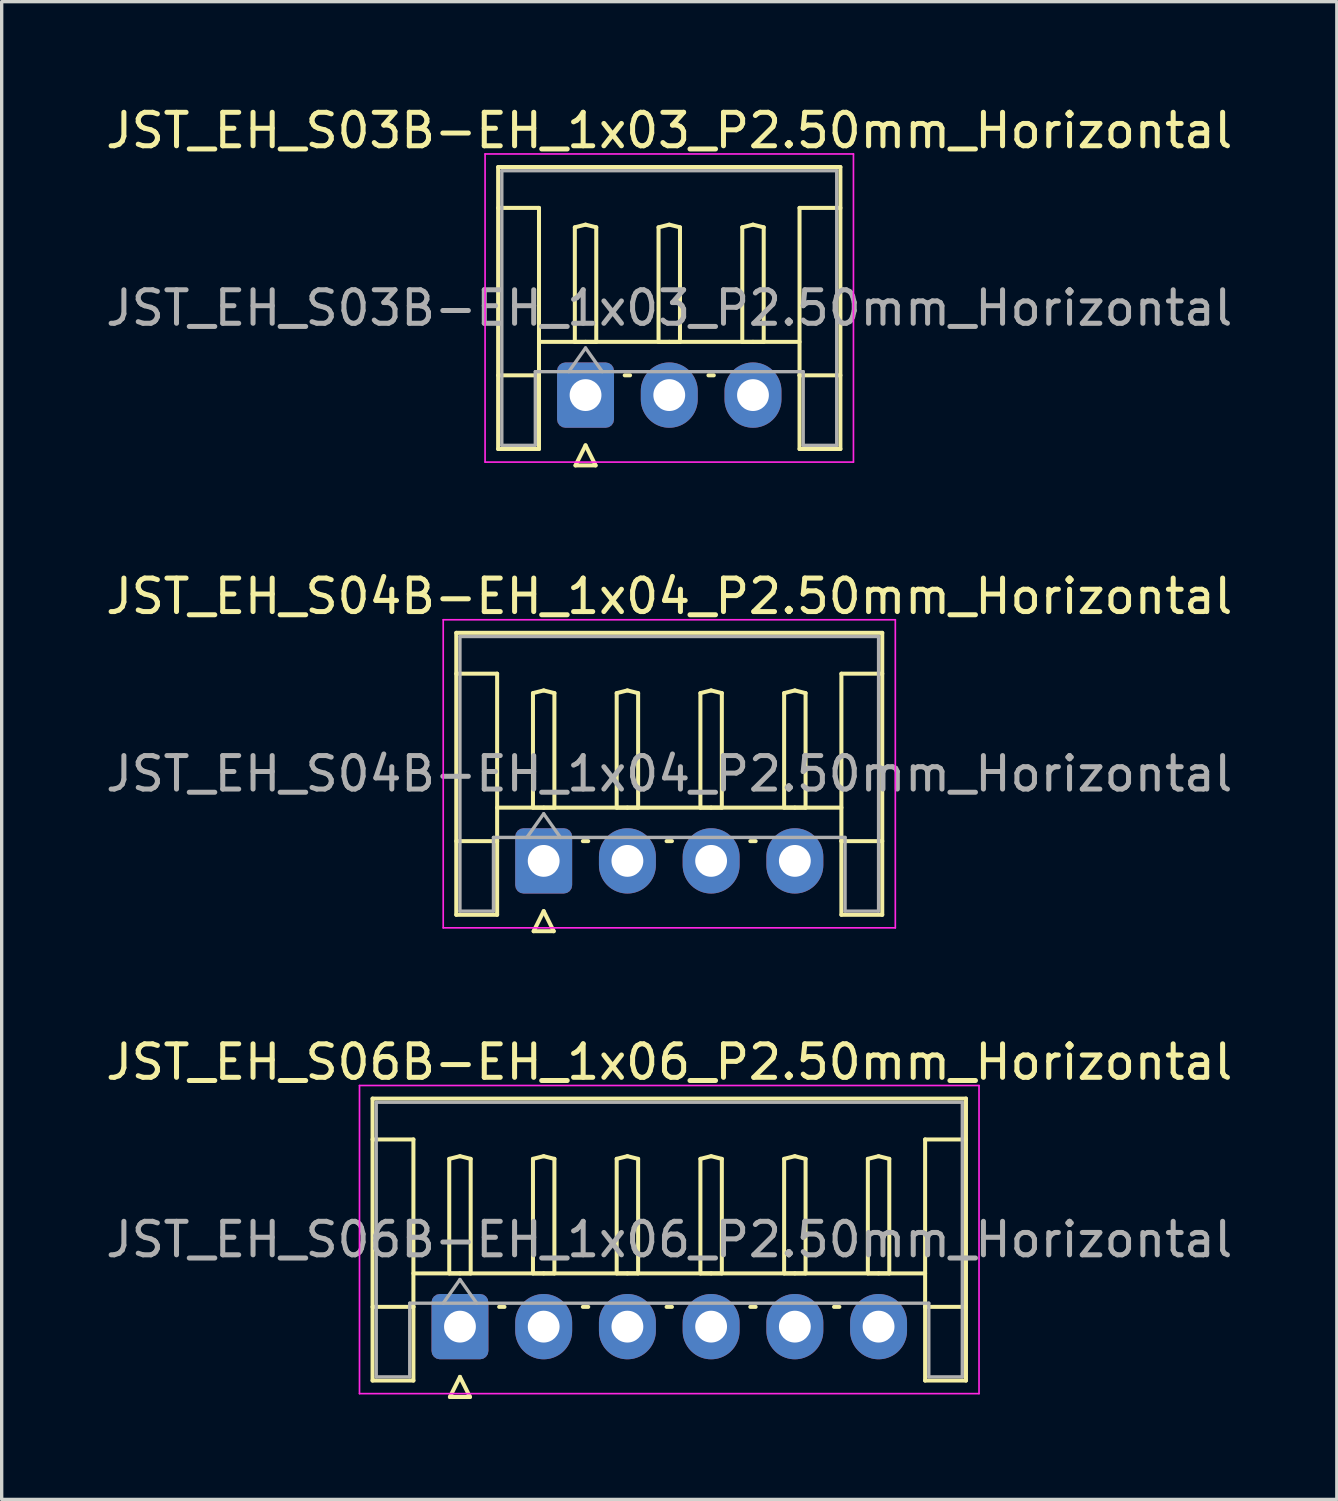
<source format=kicad_pcb>
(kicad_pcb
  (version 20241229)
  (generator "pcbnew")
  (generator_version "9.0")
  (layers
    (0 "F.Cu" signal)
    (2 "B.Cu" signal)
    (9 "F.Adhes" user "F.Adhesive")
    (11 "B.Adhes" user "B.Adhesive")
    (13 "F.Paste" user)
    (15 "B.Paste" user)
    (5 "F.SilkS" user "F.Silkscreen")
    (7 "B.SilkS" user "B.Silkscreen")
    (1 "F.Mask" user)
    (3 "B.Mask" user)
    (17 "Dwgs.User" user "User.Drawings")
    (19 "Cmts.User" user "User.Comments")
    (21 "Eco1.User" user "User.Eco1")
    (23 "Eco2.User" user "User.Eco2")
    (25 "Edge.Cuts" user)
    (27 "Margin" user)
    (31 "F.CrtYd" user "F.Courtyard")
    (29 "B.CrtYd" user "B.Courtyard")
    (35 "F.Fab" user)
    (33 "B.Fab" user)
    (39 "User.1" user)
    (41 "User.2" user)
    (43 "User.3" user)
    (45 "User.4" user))
  (footprint "JST_EH_S04B-EH_1x04_P2.50mm_Horizontal"
    (layer "F.Cu")
    (at 13.185 22.657)
    (property "Reference" "JST_EH_S04B-EH_1x04_P2.50mm_Horizontal" (at 3.75 -7.9 0) (layer "F.SilkS") (effects (font (size 1 1) (thickness 0.15))))
    (attr through_hole)
    (fp_line (start -2.61 -6.81) (end 10.11 -6.81) (stroke (width 0.12) (type solid)) (layer "F.SilkS"))
    (fp_line (start -2.61 -5.59) (end -1.39 -5.59) (stroke (width 0.12) (type solid)) (layer "F.SilkS"))
    (fp_line (start -2.61 1.61) (end -2.61 -6.81) (stroke (width 0.12) (type solid)) (layer "F.SilkS"))
    (fp_line (start -1.39 -5.59) (end -1.39 -0.59) (stroke (width 0.12) (type solid)) (layer "F.SilkS"))
    (fp_line (start -1.39 -1.59) (end 8.89 -1.59) (stroke (width 0.12) (type solid)) (layer "F.SilkS"))
    (fp_line (start -1.39 -0.59) (end -2.61 -0.59) (stroke (width 0.12) (type solid)) (layer "F.SilkS"))
    (fp_line (start -1.39 -0.59) (end -1.39 1.61) (stroke (width 0.12) (type solid)) (layer "F.SilkS"))
    (fp_line (start -1.39 1.61) (end -2.61 1.61) (stroke (width 0.12) (type solid)) (layer "F.SilkS"))
    (fp_line (start -0.32 -5.01) (end 0 -5.09) (stroke (width 0.12) (type solid)) (layer "F.SilkS"))
    (fp_line (start -0.32 -1.59) (end -0.32 -5.01) (stroke (width 0.12) (type solid)) (layer "F.SilkS"))
    (fp_line (start -0.3 2.1) (end 0.3 2.1) (stroke (width 0.12) (type solid)) (layer "F.SilkS"))
    (fp_line (start 0 -5.09) (end 0.32 -5.01) (stroke (width 0.12) (type solid)) (layer "F.SilkS"))
    (fp_line (start 0 -1.59) (end -0.32 -1.59) (stroke (width 0.12) (type solid)) (layer "F.SilkS"))
    (fp_line (start 0 1.5) (end -0.3 2.1) (stroke (width 0.12) (type solid)) (layer "F.SilkS"))
    (fp_line (start 0.3 2.1) (end 0 1.5) (stroke (width 0.12) (type solid)) (layer "F.SilkS"))
    (fp_line (start 0.32 -5.01) (end 0.32 -1.59) (stroke (width 0.12) (type solid)) (layer "F.SilkS"))
    (fp_line (start 0.32 -1.59) (end 0 -1.59) (stroke (width 0.12) (type solid)) (layer "F.SilkS"))
    (fp_line (start 1.17 -0.59) (end 1.33 -0.59) (stroke (width 0.12) (type solid)) (layer "F.SilkS"))
    (fp_line (start 2.18 -5.01) (end 2.5 -5.09) (stroke (width 0.12) (type solid)) (layer "F.SilkS"))
    (fp_line (start 2.18 -1.59) (end 2.18 -5.01) (stroke (width 0.12) (type solid)) (layer "F.SilkS"))
    (fp_line (start 2.5 -5.09) (end 2.82 -5.01) (stroke (width 0.12) (type solid)) (layer "F.SilkS"))
    (fp_line (start 2.5 -1.59) (end 2.18 -1.59) (stroke (width 0.12) (type solid)) (layer "F.SilkS"))
    (fp_line (start 2.82 -5.01) (end 2.82 -1.59) (stroke (width 0.12) (type solid)) (layer "F.SilkS"))
    (fp_line (start 2.82 -1.59) (end 2.5 -1.59) (stroke (width 0.12) (type solid)) (layer "F.SilkS"))
    (fp_line (start 3.67 -0.59) (end 3.83 -0.59) (stroke (width 0.12) (type solid)) (layer "F.SilkS"))
    (fp_line (start 4.68 -5.01) (end 5 -5.09) (stroke (width 0.12) (type solid)) (layer "F.SilkS"))
    (fp_line (start 4.68 -1.59) (end 4.68 -5.01) (stroke (width 0.12) (type solid)) (layer "F.SilkS"))
    (fp_line (start 5 -5.09) (end 5.32 -5.01) (stroke (width 0.12) (type solid)) (layer "F.SilkS"))
    (fp_line (start 5 -1.59) (end 4.68 -1.59) (stroke (width 0.12) (type solid)) (layer "F.SilkS"))
    (fp_line (start 5.32 -5.01) (end 5.32 -1.59) (stroke (width 0.12) (type solid)) (layer "F.SilkS"))
    (fp_line (start 5.32 -1.59) (end 5 -1.59) (stroke (width 0.12) (type solid)) (layer "F.SilkS"))
    (fp_line (start 6.17 -0.59) (end 6.33 -0.59) (stroke (width 0.12) (type solid)) (layer "F.SilkS"))
    (fp_line (start 7.18 -5.01) (end 7.5 -5.09) (stroke (width 0.12) (type solid)) (layer "F.SilkS"))
    (fp_line (start 7.18 -1.59) (end 7.18 -5.01) (stroke (width 0.12) (type solid)) (layer "F.SilkS"))
    (fp_line (start 7.5 -5.09) (end 7.82 -5.01) (stroke (width 0.12) (type solid)) (layer "F.SilkS"))
    (fp_line (start 7.5 -1.59) (end 7.18 -1.59) (stroke (width 0.12) (type solid)) (layer "F.SilkS"))
    (fp_line (start 7.82 -5.01) (end 7.82 -1.59) (stroke (width 0.12) (type solid)) (layer "F.SilkS"))
    (fp_line (start 7.82 -1.59) (end 7.5 -1.59) (stroke (width 0.12) (type solid)) (layer "F.SilkS"))
    (fp_line (start 8.89 -5.59) (end 8.89 -0.59) (stroke (width 0.12) (type solid)) (layer "F.SilkS"))
    (fp_line (start 8.89 -0.59) (end 10.11 -0.59) (stroke (width 0.12) (type solid)) (layer "F.SilkS"))
    (fp_line (start 8.89 1.61) (end 8.89 -0.59) (stroke (width 0.12) (type solid)) (layer "F.SilkS"))
    (fp_line (start 10.11 -6.81) (end 10.11 1.61) (stroke (width 0.12) (type solid)) (layer "F.SilkS"))
    (fp_line (start 10.11 -5.59) (end 8.89 -5.59) (stroke (width 0.12) (type solid)) (layer "F.SilkS"))
    (fp_line (start 10.11 1.61) (end 8.89 1.61) (stroke (width 0.12) (type solid)) (layer "F.SilkS"))
    (fp_line (start -3 -7.2) (end -3 2) (stroke (width 0.05) (type solid)) (layer "F.CrtYd"))
    (fp_line (start -3 2) (end 10.5 2) (stroke (width 0.05) (type solid)) (layer "F.CrtYd"))
    (fp_line (start 10.5 -7.2) (end -3 -7.2) (stroke (width 0.05) (type solid)) (layer "F.CrtYd"))
    (fp_line (start 10.5 2) (end 10.5 -7.2) (stroke (width 0.05) (type solid)) (layer "F.CrtYd"))
    (fp_line (start -2.5 -6.7) (end 10 -6.7) (stroke (width 0.1) (type solid)) (layer "F.Fab"))
    (fp_line (start -2.5 1.5) (end -2.5 -6.7) (stroke (width 0.1) (type solid)) (layer "F.Fab"))
    (fp_line (start -1.5 -0.7) (end -1.5 1.5) (stroke (width 0.1) (type solid)) (layer "F.Fab"))
    (fp_line (start -1.5 1.5) (end -2.5 1.5) (stroke (width 0.1) (type solid)) (layer "F.Fab"))
    (fp_line (start -0.5 -0.7) (end 0 -1.407) (stroke (width 0.1) (type solid)) (layer "F.Fab"))
    (fp_line (start 0 -1.407) (end 0.5 -0.7) (stroke (width 0.1) (type solid)) (layer "F.Fab"))
    (fp_line (start 9 -0.7) (end -1.5 -0.7) (stroke (width 0.1) (type solid)) (layer "F.Fab"))
    (fp_line (start 9 1.5) (end 9 -0.7) (stroke (width 0.1) (type solid)) (layer "F.Fab"))
    (fp_line (start 10 -6.7) (end 10 1.5) (stroke (width 0.1) (type solid)) (layer "F.Fab"))
    (fp_line (start 10 1.5) (end 9 1.5) (stroke (width 0.1) (type solid)) (layer "F.Fab"))
    (fp_text user "${REFERENCE}" (at 3.75 -2.6 0) (layer "F.Fab") (effects (font (size 1 1) (thickness 0.15))))
    (pad "1" thru_hole roundrect (at 0 0) (size 1.7 1.95) (drill 0.95) (layers "*.Cu" "*.Mask") (roundrect_rratio 0.147))
    (pad "2" thru_hole oval (at 2.5 0) (size 1.7 1.95) (drill 0.95) (layers "*.Cu" "*.Mask"))
    (pad "3" thru_hole oval (at 5 0) (size 1.7 1.95) (drill 0.95) (layers "*.Cu" "*.Mask"))
    (pad "4" thru_hole oval (at 7.5 0) (size 1.7 1.95) (drill 0.95) (layers "*.Cu" "*.Mask")))
  (footprint "JST_EH_S06B-EH_1x06_P2.50mm_Horizontal"
    (layer "F.Cu")
    (at 10.685 36.565)
    (property "Reference" "JST_EH_S06B-EH_1x06_P2.50mm_Horizontal" (at 6.25 -7.9 0) (layer "F.SilkS") (effects (font (size 1 1) (thickness 0.15))))
    (attr through_hole)
    (fp_line (start -2.61 -6.81) (end 15.11 -6.81) (stroke (width 0.12) (type solid)) (layer "F.SilkS"))
    (fp_line (start -2.61 -5.59) (end -1.39 -5.59) (stroke (width 0.12) (type solid)) (layer "F.SilkS"))
    (fp_line (start -2.61 1.61) (end -2.61 -6.81) (stroke (width 0.12) (type solid)) (layer "F.SilkS"))
    (fp_line (start -1.39 -5.59) (end -1.39 -0.59) (stroke (width 0.12) (type solid)) (layer "F.SilkS"))
    (fp_line (start -1.39 -1.59) (end 13.89 -1.59) (stroke (width 0.12) (type solid)) (layer "F.SilkS"))
    (fp_line (start -1.39 -0.59) (end -2.61 -0.59) (stroke (width 0.12) (type solid)) (layer "F.SilkS"))
    (fp_line (start -1.39 -0.59) (end -1.39 1.61) (stroke (width 0.12) (type solid)) (layer "F.SilkS"))
    (fp_line (start -1.39 1.61) (end -2.61 1.61) (stroke (width 0.12) (type solid)) (layer "F.SilkS"))
    (fp_line (start -0.32 -5.01) (end 0 -5.09) (stroke (width 0.12) (type solid)) (layer "F.SilkS"))
    (fp_line (start -0.32 -1.59) (end -0.32 -5.01) (stroke (width 0.12) (type solid)) (layer "F.SilkS"))
    (fp_line (start -0.3 2.1) (end 0.3 2.1) (stroke (width 0.12) (type solid)) (layer "F.SilkS"))
    (fp_line (start 0 -5.09) (end 0.32 -5.01) (stroke (width 0.12) (type solid)) (layer "F.SilkS"))
    (fp_line (start 0 -1.59) (end -0.32 -1.59) (stroke (width 0.12) (type solid)) (layer "F.SilkS"))
    (fp_line (start 0 1.5) (end -0.3 2.1) (stroke (width 0.12) (type solid)) (layer "F.SilkS"))
    (fp_line (start 0.3 2.1) (end 0 1.5) (stroke (width 0.12) (type solid)) (layer "F.SilkS"))
    (fp_line (start 0.32 -5.01) (end 0.32 -1.59) (stroke (width 0.12) (type solid)) (layer "F.SilkS"))
    (fp_line (start 0.32 -1.59) (end 0 -1.59) (stroke (width 0.12) (type solid)) (layer "F.SilkS"))
    (fp_line (start 1.17 -0.59) (end 1.33 -0.59) (stroke (width 0.12) (type solid)) (layer "F.SilkS"))
    (fp_line (start 2.18 -5.01) (end 2.5 -5.09) (stroke (width 0.12) (type solid)) (layer "F.SilkS"))
    (fp_line (start 2.18 -1.59) (end 2.18 -5.01) (stroke (width 0.12) (type solid)) (layer "F.SilkS"))
    (fp_line (start 2.5 -5.09) (end 2.82 -5.01) (stroke (width 0.12) (type solid)) (layer "F.SilkS"))
    (fp_line (start 2.5 -1.59) (end 2.18 -1.59) (stroke (width 0.12) (type solid)) (layer "F.SilkS"))
    (fp_line (start 2.82 -5.01) (end 2.82 -1.59) (stroke (width 0.12) (type solid)) (layer "F.SilkS"))
    (fp_line (start 2.82 -1.59) (end 2.5 -1.59) (stroke (width 0.12) (type solid)) (layer "F.SilkS"))
    (fp_line (start 3.67 -0.59) (end 3.83 -0.59) (stroke (width 0.12) (type solid)) (layer "F.SilkS"))
    (fp_line (start 4.68 -5.01) (end 5 -5.09) (stroke (width 0.12) (type solid)) (layer "F.SilkS"))
    (fp_line (start 4.68 -1.59) (end 4.68 -5.01) (stroke (width 0.12) (type solid)) (layer "F.SilkS"))
    (fp_line (start 5 -5.09) (end 5.32 -5.01) (stroke (width 0.12) (type solid)) (layer "F.SilkS"))
    (fp_line (start 5 -1.59) (end 4.68 -1.59) (stroke (width 0.12) (type solid)) (layer "F.SilkS"))
    (fp_line (start 5.32 -5.01) (end 5.32 -1.59) (stroke (width 0.12) (type solid)) (layer "F.SilkS"))
    (fp_line (start 5.32 -1.59) (end 5 -1.59) (stroke (width 0.12) (type solid)) (layer "F.SilkS"))
    (fp_line (start 6.17 -0.59) (end 6.33 -0.59) (stroke (width 0.12) (type solid)) (layer "F.SilkS"))
    (fp_line (start 7.18 -5.01) (end 7.5 -5.09) (stroke (width 0.12) (type solid)) (layer "F.SilkS"))
    (fp_line (start 7.18 -1.59) (end 7.18 -5.01) (stroke (width 0.12) (type solid)) (layer "F.SilkS"))
    (fp_line (start 7.5 -5.09) (end 7.82 -5.01) (stroke (width 0.12) (type solid)) (layer "F.SilkS"))
    (fp_line (start 7.5 -1.59) (end 7.18 -1.59) (stroke (width 0.12) (type solid)) (layer "F.SilkS"))
    (fp_line (start 7.82 -5.01) (end 7.82 -1.59) (stroke (width 0.12) (type solid)) (layer "F.SilkS"))
    (fp_line (start 7.82 -1.59) (end 7.5 -1.59) (stroke (width 0.12) (type solid)) (layer "F.SilkS"))
    (fp_line (start 8.67 -0.59) (end 8.83 -0.59) (stroke (width 0.12) (type solid)) (layer "F.SilkS"))
    (fp_line (start 9.68 -5.01) (end 10 -5.09) (stroke (width 0.12) (type solid)) (layer "F.SilkS"))
    (fp_line (start 9.68 -1.59) (end 9.68 -5.01) (stroke (width 0.12) (type solid)) (layer "F.SilkS"))
    (fp_line (start 10 -5.09) (end 10.32 -5.01) (stroke (width 0.12) (type solid)) (layer "F.SilkS"))
    (fp_line (start 10 -1.59) (end 9.68 -1.59) (stroke (width 0.12) (type solid)) (layer "F.SilkS"))
    (fp_line (start 10.32 -5.01) (end 10.32 -1.59) (stroke (width 0.12) (type solid)) (layer "F.SilkS"))
    (fp_line (start 10.32 -1.59) (end 10 -1.59) (stroke (width 0.12) (type solid)) (layer "F.SilkS"))
    (fp_line (start 11.17 -0.59) (end 11.33 -0.59) (stroke (width 0.12) (type solid)) (layer "F.SilkS"))
    (fp_line (start 12.18 -5.01) (end 12.5 -5.09) (stroke (width 0.12) (type solid)) (layer "F.SilkS"))
    (fp_line (start 12.18 -1.59) (end 12.18 -5.01) (stroke (width 0.12) (type solid)) (layer "F.SilkS"))
    (fp_line (start 12.5 -5.09) (end 12.82 -5.01) (stroke (width 0.12) (type solid)) (layer "F.SilkS"))
    (fp_line (start 12.5 -1.59) (end 12.18 -1.59) (stroke (width 0.12) (type solid)) (layer "F.SilkS"))
    (fp_line (start 12.82 -5.01) (end 12.82 -1.59) (stroke (width 0.12) (type solid)) (layer "F.SilkS"))
    (fp_line (start 12.82 -1.59) (end 12.5 -1.59) (stroke (width 0.12) (type solid)) (layer "F.SilkS"))
    (fp_line (start 13.89 -5.59) (end 13.89 -0.59) (stroke (width 0.12) (type solid)) (layer "F.SilkS"))
    (fp_line (start 13.89 -0.59) (end 15.11 -0.59) (stroke (width 0.12) (type solid)) (layer "F.SilkS"))
    (fp_line (start 13.89 1.61) (end 13.89 -0.59) (stroke (width 0.12) (type solid)) (layer "F.SilkS"))
    (fp_line (start 15.11 -6.81) (end 15.11 1.61) (stroke (width 0.12) (type solid)) (layer "F.SilkS"))
    (fp_line (start 15.11 -5.59) (end 13.89 -5.59) (stroke (width 0.12) (type solid)) (layer "F.SilkS"))
    (fp_line (start 15.11 1.61) (end 13.89 1.61) (stroke (width 0.12) (type solid)) (layer "F.SilkS"))
    (fp_line (start -3 -7.2) (end -3 2) (stroke (width 0.05) (type solid)) (layer "F.CrtYd"))
    (fp_line (start -3 2) (end 15.5 2) (stroke (width 0.05) (type solid)) (layer "F.CrtYd"))
    (fp_line (start 15.5 -7.2) (end -3 -7.2) (stroke (width 0.05) (type solid)) (layer "F.CrtYd"))
    (fp_line (start 15.5 2) (end 15.5 -7.2) (stroke (width 0.05) (type solid)) (layer "F.CrtYd"))
    (fp_line (start -2.5 -6.7) (end 15 -6.7) (stroke (width 0.1) (type solid)) (layer "F.Fab"))
    (fp_line (start -2.5 1.5) (end -2.5 -6.7) (stroke (width 0.1) (type solid)) (layer "F.Fab"))
    (fp_line (start -1.5 -0.7) (end -1.5 1.5) (stroke (width 0.1) (type solid)) (layer "F.Fab"))
    (fp_line (start -1.5 1.5) (end -2.5 1.5) (stroke (width 0.1) (type solid)) (layer "F.Fab"))
    (fp_line (start -0.5 -0.7) (end 0 -1.407) (stroke (width 0.1) (type solid)) (layer "F.Fab"))
    (fp_line (start 0 -1.407) (end 0.5 -0.7) (stroke (width 0.1) (type solid)) (layer "F.Fab"))
    (fp_line (start 14 -0.7) (end -1.5 -0.7) (stroke (width 0.1) (type solid)) (layer "F.Fab"))
    (fp_line (start 14 1.5) (end 14 -0.7) (stroke (width 0.1) (type solid)) (layer "F.Fab"))
    (fp_line (start 15 -6.7) (end 15 1.5) (stroke (width 0.1) (type solid)) (layer "F.Fab"))
    (fp_line (start 15 1.5) (end 14 1.5) (stroke (width 0.1) (type solid)) (layer "F.Fab"))
    (fp_text user "${REFERENCE}" (at 6.25 -2.6 0) (layer "F.Fab") (effects (font (size 1 1) (thickness 0.15))))
    (pad "1" thru_hole roundrect (at 0 0) (size 1.7 1.95) (drill 0.95) (layers "*.Cu" "*.Mask") (roundrect_rratio 0.147))
    (pad "2" thru_hole oval (at 2.5 0) (size 1.7 1.95) (drill 0.95) (layers "*.Cu" "*.Mask"))
    (pad "3" thru_hole oval (at 5 0) (size 1.7 1.95) (drill 0.95) (layers "*.Cu" "*.Mask"))
    (pad "4" thru_hole oval (at 7.5 0) (size 1.7 1.95) (drill 0.95) (layers "*.Cu" "*.Mask"))
    (pad "5" thru_hole oval (at 10 0) (size 1.7 1.95) (drill 0.95) (layers "*.Cu" "*.Mask"))
    (pad "6" thru_hole oval (at 12.5 0) (size 1.7 1.95) (drill 0.95) (layers "*.Cu" "*.Mask")))
  (footprint "JST_EH_S03B-EH_1x03_P2.50mm_Horizontal"
    (layer "F.Cu")
    (at 14.435 8.748)
    (property "Reference" "JST_EH_S03B-EH_1x03_P2.50mm_Horizontal" (at 2.5 -7.9 0) (layer "F.SilkS") (effects (font (size 1 1) (thickness 0.15))))
    (attr through_hole)
    (fp_line (start -2.61 -6.81) (end 7.61 -6.81) (stroke (width 0.12) (type solid)) (layer "F.SilkS"))
    (fp_line (start -2.61 -5.59) (end -1.39 -5.59) (stroke (width 0.12) (type solid)) (layer "F.SilkS"))
    (fp_line (start -2.61 1.61) (end -2.61 -6.81) (stroke (width 0.12) (type solid)) (layer "F.SilkS"))
    (fp_line (start -1.39 -5.59) (end -1.39 -0.59) (stroke (width 0.12) (type solid)) (layer "F.SilkS"))
    (fp_line (start -1.39 -1.59) (end 6.39 -1.59) (stroke (width 0.12) (type solid)) (layer "F.SilkS"))
    (fp_line (start -1.39 -0.59) (end -2.61 -0.59) (stroke (width 0.12) (type solid)) (layer "F.SilkS"))
    (fp_line (start -1.39 -0.59) (end -1.39 1.61) (stroke (width 0.12) (type solid)) (layer "F.SilkS"))
    (fp_line (start -1.39 1.61) (end -2.61 1.61) (stroke (width 0.12) (type solid)) (layer "F.SilkS"))
    (fp_line (start -0.32 -5.01) (end 0 -5.09) (stroke (width 0.12) (type solid)) (layer "F.SilkS"))
    (fp_line (start -0.32 -1.59) (end -0.32 -5.01) (stroke (width 0.12) (type solid)) (layer "F.SilkS"))
    (fp_line (start -0.3 2.1) (end 0.3 2.1) (stroke (width 0.12) (type solid)) (layer "F.SilkS"))
    (fp_line (start 0 -5.09) (end 0.32 -5.01) (stroke (width 0.12) (type solid)) (layer "F.SilkS"))
    (fp_line (start 0 -1.59) (end -0.32 -1.59) (stroke (width 0.12) (type solid)) (layer "F.SilkS"))
    (fp_line (start 0 1.5) (end -0.3 2.1) (stroke (width 0.12) (type solid)) (layer "F.SilkS"))
    (fp_line (start 0.3 2.1) (end 0 1.5) (stroke (width 0.12) (type solid)) (layer "F.SilkS"))
    (fp_line (start 0.32 -5.01) (end 0.32 -1.59) (stroke (width 0.12) (type solid)) (layer "F.SilkS"))
    (fp_line (start 0.32 -1.59) (end 0 -1.59) (stroke (width 0.12) (type solid)) (layer "F.SilkS"))
    (fp_line (start 1.17 -0.59) (end 1.33 -0.59) (stroke (width 0.12) (type solid)) (layer "F.SilkS"))
    (fp_line (start 2.18 -5.01) (end 2.5 -5.09) (stroke (width 0.12) (type solid)) (layer "F.SilkS"))
    (fp_line (start 2.18 -1.59) (end 2.18 -5.01) (stroke (width 0.12) (type solid)) (layer "F.SilkS"))
    (fp_line (start 2.5 -5.09) (end 2.82 -5.01) (stroke (width 0.12) (type solid)) (layer "F.SilkS"))
    (fp_line (start 2.5 -1.59) (end 2.18 -1.59) (stroke (width 0.12) (type solid)) (layer "F.SilkS"))
    (fp_line (start 2.82 -5.01) (end 2.82 -1.59) (stroke (width 0.12) (type solid)) (layer "F.SilkS"))
    (fp_line (start 2.82 -1.59) (end 2.5 -1.59) (stroke (width 0.12) (type solid)) (layer "F.SilkS"))
    (fp_line (start 3.67 -0.59) (end 3.83 -0.59) (stroke (width 0.12) (type solid)) (layer "F.SilkS"))
    (fp_line (start 4.68 -5.01) (end 5 -5.09) (stroke (width 0.12) (type solid)) (layer "F.SilkS"))
    (fp_line (start 4.68 -1.59) (end 4.68 -5.01) (stroke (width 0.12) (type solid)) (layer "F.SilkS"))
    (fp_line (start 5 -5.09) (end 5.32 -5.01) (stroke (width 0.12) (type solid)) (layer "F.SilkS"))
    (fp_line (start 5 -1.59) (end 4.68 -1.59) (stroke (width 0.12) (type solid)) (layer "F.SilkS"))
    (fp_line (start 5.32 -5.01) (end 5.32 -1.59) (stroke (width 0.12) (type solid)) (layer "F.SilkS"))
    (fp_line (start 5.32 -1.59) (end 5 -1.59) (stroke (width 0.12) (type solid)) (layer "F.SilkS"))
    (fp_line (start 6.39 -5.59) (end 6.39 -0.59) (stroke (width 0.12) (type solid)) (layer "F.SilkS"))
    (fp_line (start 6.39 -0.59) (end 7.61 -0.59) (stroke (width 0.12) (type solid)) (layer "F.SilkS"))
    (fp_line (start 6.39 1.61) (end 6.39 -0.59) (stroke (width 0.12) (type solid)) (layer "F.SilkS"))
    (fp_line (start 7.61 -6.81) (end 7.61 1.61) (stroke (width 0.12) (type solid)) (layer "F.SilkS"))
    (fp_line (start 7.61 -5.59) (end 6.39 -5.59) (stroke (width 0.12) (type solid)) (layer "F.SilkS"))
    (fp_line (start 7.61 1.61) (end 6.39 1.61) (stroke (width 0.12) (type solid)) (layer "F.SilkS"))
    (fp_line (start -3 -7.2) (end -3 2) (stroke (width 0.05) (type solid)) (layer "F.CrtYd"))
    (fp_line (start -3 2) (end 8 2) (stroke (width 0.05) (type solid)) (layer "F.CrtYd"))
    (fp_line (start 8 -7.2) (end -3 -7.2) (stroke (width 0.05) (type solid)) (layer "F.CrtYd"))
    (fp_line (start 8 2) (end 8 -7.2) (stroke (width 0.05) (type solid)) (layer "F.CrtYd"))
    (fp_line (start -2.5 -6.7) (end 7.5 -6.7) (stroke (width 0.1) (type solid)) (layer "F.Fab"))
    (fp_line (start -2.5 1.5) (end -2.5 -6.7) (stroke (width 0.1) (type solid)) (layer "F.Fab"))
    (fp_line (start -1.5 -0.7) (end -1.5 1.5) (stroke (width 0.1) (type solid)) (layer "F.Fab"))
    (fp_line (start -1.5 1.5) (end -2.5 1.5) (stroke (width 0.1) (type solid)) (layer "F.Fab"))
    (fp_line (start -0.5 -0.7) (end 0 -1.407) (stroke (width 0.1) (type solid)) (layer "F.Fab"))
    (fp_line (start 0 -1.407) (end 0.5 -0.7) (stroke (width 0.1) (type solid)) (layer "F.Fab"))
    (fp_line (start 6.5 -0.7) (end -1.5 -0.7) (stroke (width 0.1) (type solid)) (layer "F.Fab"))
    (fp_line (start 6.5 1.5) (end 6.5 -0.7) (stroke (width 0.1) (type solid)) (layer "F.Fab"))
    (fp_line (start 7.5 -6.7) (end 7.5 1.5) (stroke (width 0.1) (type solid)) (layer "F.Fab"))
    (fp_line (start 7.5 1.5) (end 6.5 1.5) (stroke (width 0.1) (type solid)) (layer "F.Fab"))
    (fp_text user "${REFERENCE}" (at 2.5 -2.6 0) (layer "F.Fab") (effects (font (size 1 1) (thickness 0.15))))
    (pad "1" thru_hole roundrect (at 0 0) (size 1.7 1.95) (drill 0.95) (layers "*.Cu" "*.Mask") (roundrect_rratio 0.147))
    (pad "2" thru_hole oval (at 2.5 0) (size 1.7 1.95) (drill 0.95) (layers "*.Cu" "*.Mask"))
    (pad "3" thru_hole oval (at 5 0) (size 1.7 1.95) (drill 0.95) (layers "*.Cu" "*.Mask")))
  (gr_rect
    (start -3 -3)
    (end 36.869 41.725)
    (stroke (width 0.1) (type default))
    (fill no)
    (layer "Edge.Cuts")))
</source>
